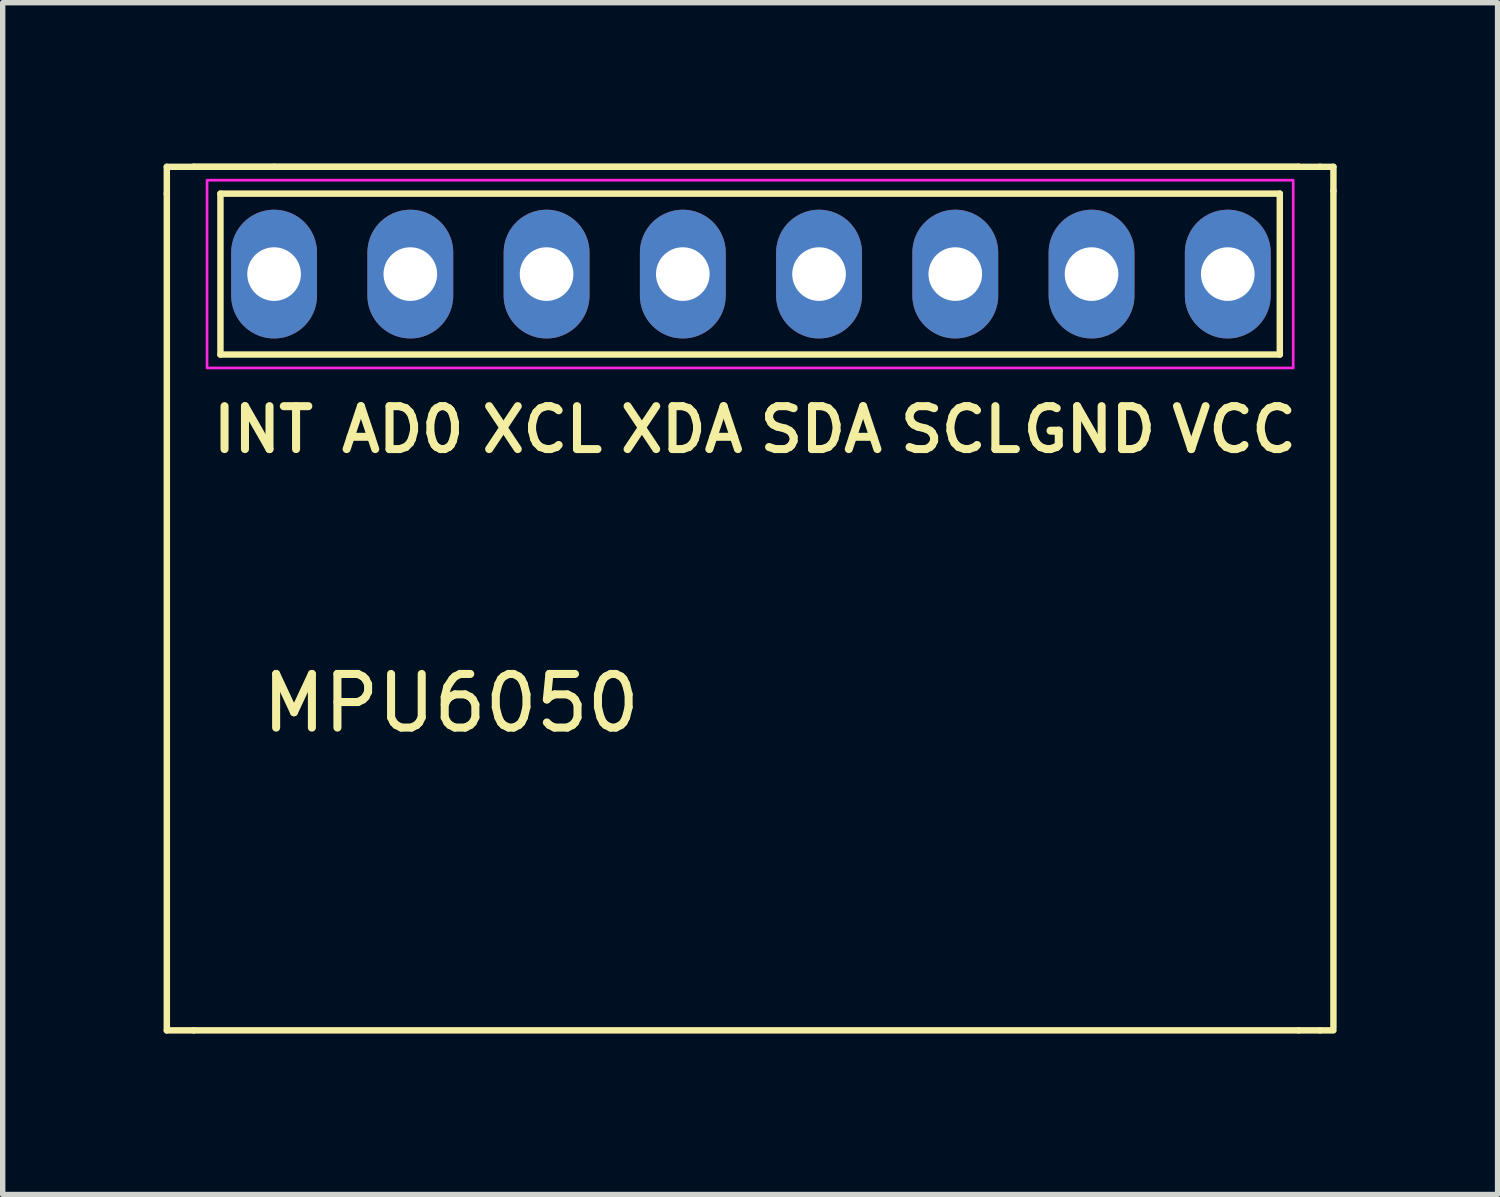
<source format=kicad_pcb>
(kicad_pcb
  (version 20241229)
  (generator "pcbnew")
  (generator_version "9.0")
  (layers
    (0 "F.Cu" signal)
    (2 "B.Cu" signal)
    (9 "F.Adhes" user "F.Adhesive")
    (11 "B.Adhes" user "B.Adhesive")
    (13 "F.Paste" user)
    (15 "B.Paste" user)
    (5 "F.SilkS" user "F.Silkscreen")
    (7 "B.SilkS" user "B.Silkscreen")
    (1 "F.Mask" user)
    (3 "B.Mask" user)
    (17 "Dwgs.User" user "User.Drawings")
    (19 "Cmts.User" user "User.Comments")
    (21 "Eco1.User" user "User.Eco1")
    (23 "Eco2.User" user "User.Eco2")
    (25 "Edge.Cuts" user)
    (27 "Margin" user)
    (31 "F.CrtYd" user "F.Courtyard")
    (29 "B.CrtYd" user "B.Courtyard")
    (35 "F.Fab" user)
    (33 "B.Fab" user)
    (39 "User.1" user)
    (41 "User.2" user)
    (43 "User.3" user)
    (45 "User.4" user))
  (footprint "MPU6050"
    (layer "F.Cu")
    (at 2.06 2.06)
    (property "Reference" "MPU6050" (at 3.3 8 0) (layer "F.SilkS") (effects (font (size 1 1) (thickness 0.15))))
    (attr through_hole)
    (fp_line (start -2 -2) (end -1.5 -2) (stroke (width 0.12) (type solid)) (layer "F.SilkS"))
    (fp_line (start -2 -1.5) (end -2 -2) (stroke (width 0.12) (type solid)) (layer "F.SilkS"))
    (fp_line (start -2 -1.5) (end -2 14.1) (stroke (width 0.12) (type solid)) (layer "F.SilkS"))
    (fp_line (start -2 14.1) (end -1.5 14.1) (stroke (width 0.12) (type solid)) (layer "F.SilkS"))
    (fp_line (start -1.5 -2) (end 19.1 -2) (stroke (width 0.12) (type solid)) (layer "F.SilkS"))
    (fp_line (start -1.5 14.1) (end 19.1 14.1) (stroke (width 0.12) (type solid)) (layer "F.SilkS"))
    (fp_line (start -1 1.5) (end -1 -1.5) (stroke (width 0.12) (type solid)) (layer "F.SilkS"))
    (fp_line (start -1 1.5) (end 18.75 1.5) (stroke (width 0.12) (type solid)) (layer "F.SilkS"))
    (fp_line (start 0 -2) (end -1.5 -2) (stroke (width 0.12) (type solid)) (layer "F.SilkS"))
    (fp_line (start 0 -2) (end 19.1 -2) (stroke (width 0.12) (type solid)) (layer "F.SilkS"))
    (fp_line (start 18.75 -1.5) (end -1 -1.5) (stroke (width 0.12) (type solid)) (layer "F.SilkS"))
    (fp_line (start 18.75 1.5) (end 18.75 -1.5) (stroke (width 0.12) (type solid)) (layer "F.SilkS"))
    (fp_line (start 19.1 -2) (end 19.5 -2) (stroke (width 0.12) (type solid)) (layer "F.SilkS"))
    (fp_line (start 19.1 14.1) (end 19.5 14.1) (stroke (width 0.12) (type solid)) (layer "F.SilkS"))
    (fp_line (start 19.5 -2) (end 19.75 -2) (stroke (width 0.12) (type solid)) (layer "F.SilkS"))
    (fp_line (start 19.5 14.1) (end 19.75 14.1) (stroke (width 0.12) (type solid)) (layer "F.SilkS"))
    (fp_line (start 19.75 -2) (end 19.75 -1.55) (stroke (width 0.12) (type solid)) (layer "F.SilkS"))
    (fp_line (start 19.75 -1.55) (end 19.75 14.05) (stroke (width 0.12) (type solid)) (layer "F.SilkS"))
    (fp_rect (start -1.25 -1.75) (end 19 1.75) (stroke (width 0.05) (type solid)) (fill no) (layer "F.CrtYd"))
    (fp_text user "SDA" (at 10.2 2.9 0) (layer "F.SilkS") (effects (font (size 0.8 0.8) (thickness 0.15))))
    (fp_text user "GND" (at 15.2 2.9 0) (layer "F.SilkS") (effects (font (size 0.8 0.8) (thickness 0.15))))
    (fp_text user "SCL" (at 12.8 2.9 0) (layer "F.SilkS") (effects (font (size 0.8 0.8) (thickness 0.15))))
    (fp_text user "VCC" (at 17.9 2.9 180) (layer "F.SilkS") (effects (font (size 0.8 0.8) (thickness 0.15))))
    (fp_text user "INT" (at -0.2 2.9 0) (layer "F.SilkS") (effects (font (size 0.8 0.8) (thickness 0.15))))
    (fp_text user "XCL" (at 5 2.9 0) (layer "F.SilkS") (effects (font (size 0.8 0.8) (thickness 0.15))))
    (fp_text user "AD0" (at 2.4 2.9 0) (layer "F.SilkS") (effects (font (size 0.8 0.8) (thickness 0.15))))
    (fp_text user "XDA" (at 7.6 2.9 0) (layer "F.SilkS") (effects (font (size 0.8 0.8) (thickness 0.15))))
    (pad "1" thru_hole oval (at 0 0) (size 1.6 2.4) (drill 1) (layers "*.Cu" "*.Mask"))
    (pad "2" thru_hole oval (at 2.54 0) (size 1.6 2.4) (drill 1) (layers "*.Cu" "*.Mask"))
    (pad "3" thru_hole oval (at 5.08 0) (size 1.6 2.4) (drill 1) (layers "*.Cu" "*.Mask"))
    (pad "4" thru_hole oval (at 7.62 0) (size 1.6 2.4) (drill 1) (layers "*.Cu" "*.Mask"))
    (pad "5" thru_hole oval (at 10.16 0) (size 1.6 2.4) (drill 1) (layers "*.Cu" "*.Mask"))
    (pad "6" thru_hole oval (at 12.7 0) (size 1.6 2.4) (drill 1) (layers "*.Cu" "*.Mask"))
    (pad "7" thru_hole oval (at 15.24 0) (size 1.6 2.4) (drill 1) (layers "*.Cu" "*.Mask"))
    (pad "8" thru_hole oval (at 17.78 0) (size 1.6 2.4) (drill 1) (layers "*.Cu" "*.Mask")))
  (gr_rect
    (start -3 -3)
    (end 24.87 19.22)
    (stroke (width 0.1) (type default))
    (fill no)
    (layer "Edge.Cuts")))
</source>
